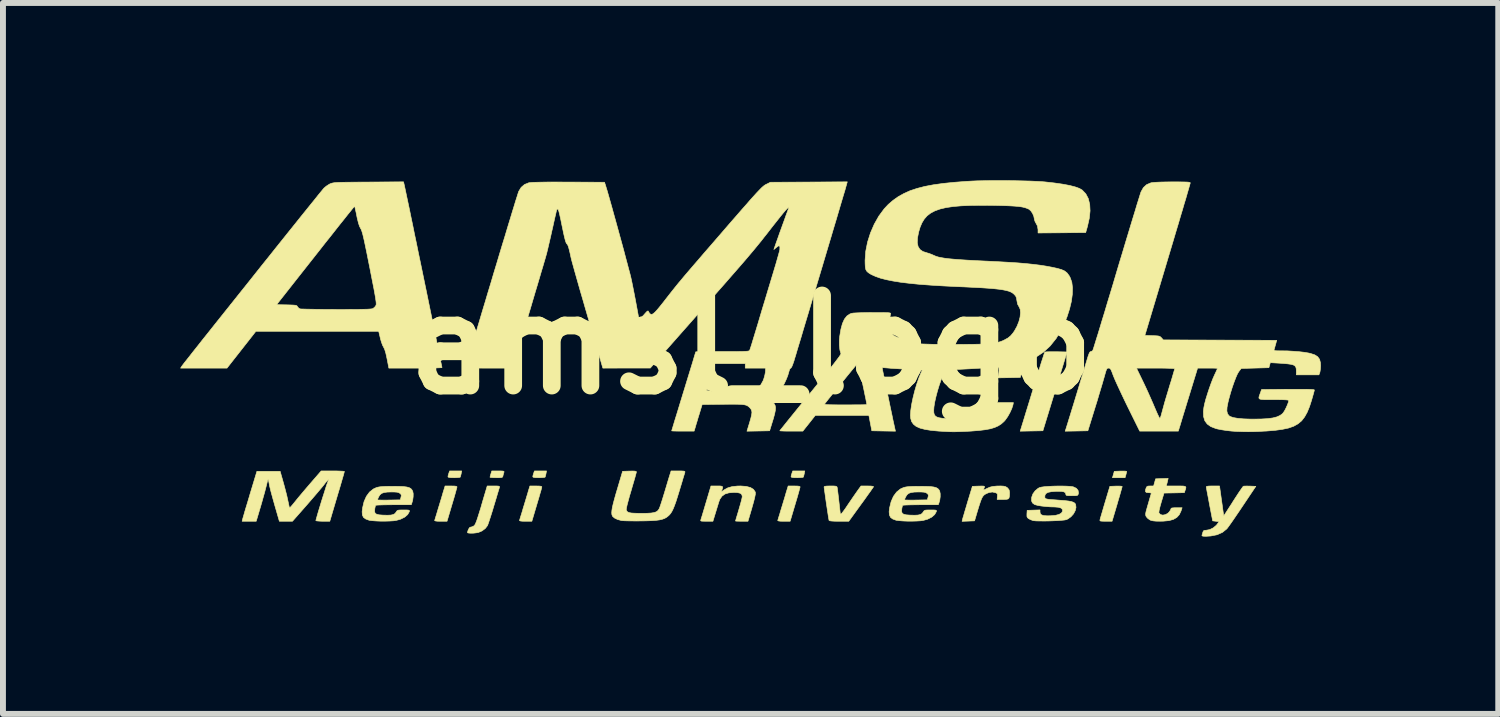
<source format=kicad_pcb>
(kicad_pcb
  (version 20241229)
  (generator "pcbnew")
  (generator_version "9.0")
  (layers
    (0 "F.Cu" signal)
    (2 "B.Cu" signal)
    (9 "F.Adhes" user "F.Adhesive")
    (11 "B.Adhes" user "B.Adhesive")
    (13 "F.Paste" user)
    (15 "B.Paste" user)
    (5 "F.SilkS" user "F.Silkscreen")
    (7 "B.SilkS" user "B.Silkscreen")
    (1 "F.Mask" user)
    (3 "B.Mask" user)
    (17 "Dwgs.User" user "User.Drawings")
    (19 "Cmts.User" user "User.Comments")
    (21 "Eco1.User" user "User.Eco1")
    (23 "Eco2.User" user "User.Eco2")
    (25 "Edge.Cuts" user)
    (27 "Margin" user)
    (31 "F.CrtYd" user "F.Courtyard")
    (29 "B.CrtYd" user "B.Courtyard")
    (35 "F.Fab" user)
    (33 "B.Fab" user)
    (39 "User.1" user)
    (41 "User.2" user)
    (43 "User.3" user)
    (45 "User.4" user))
  (footprint "amsl_logo"
    (layer "F.Cu")
    (at 9.659 2.783)
    (property "Reference" "amsl_logo" (at 0 0 0) (layer "F.SilkS") (effects (font (size 1.524 1.524) (thickness 0.3))))
    (attr through_hole)
    (fp_poly (pts (xy 6.33 2.137) (xy 6.349 2.141) (xy 6.35 2.143) (xy 6.347 2.16) (xy 6.339 2.192) (xy 6.337 2.2) (xy 6.323 2.248) (xy 6.11 2.248) (xy 6.141 2.14) (xy 6.246 2.136) (xy 6.294 2.136) (xy 6.33 2.137)) (stroke (width 0.01) (type solid)) (fill yes) (layer "F.SilkS"))
    (fp_poly (pts (xy -4.908 2.181) (xy -4.916 2.214) (xy -4.922 2.236) (xy -4.923 2.238) (xy -4.938 2.243) (xy -4.971 2.246) (xy -5.017 2.248) (xy -5.03 2.248) (xy -5.083 2.247) (xy -5.115 2.243) (xy -5.129 2.236) (xy -5.131 2.231) (xy -5.127 2.207) (xy -5.117 2.175) (xy -5.117 2.174) (xy -5.103 2.134) (xy -4.899 2.134) (xy -4.908 2.181)) (stroke (width 0.01) (type solid)) (fill yes) (layer "F.SilkS"))
    (fp_poly (pts (xy -3.473 2.181) (xy -3.48 2.214) (xy -3.487 2.236) (xy -3.488 2.238) (xy -3.503 2.243) (xy -3.536 2.246) (xy -3.582 2.248) (xy -3.595 2.248) (xy -3.648 2.247) (xy -3.68 2.243) (xy -3.694 2.236) (xy -3.696 2.231) (xy -3.692 2.207) (xy -3.682 2.175) (xy -3.682 2.174) (xy -3.668 2.134) (xy -3.464 2.134) (xy -3.473 2.181)) (stroke (width 0.01) (type solid)) (fill yes) (layer "F.SilkS"))
    (fp_poly (pts (xy 0.896 2.181) (xy 0.888 2.214) (xy 0.882 2.236) (xy 0.881 2.238) (xy 0.866 2.243) (xy 0.833 2.246) (xy 0.787 2.248) (xy 0.774 2.248) (xy 0.721 2.247) (xy 0.689 2.243) (xy 0.675 2.236) (xy 0.673 2.231) (xy 0.677 2.207) (xy 0.687 2.175) (xy 0.687 2.174) (xy 0.701 2.134) (xy 0.905 2.134) (xy 0.896 2.181)) (stroke (width 0.01) (type solid)) (fill yes) (layer "F.SilkS"))
    (fp_poly (pts (xy -4.231 2.134) (xy -4.2 2.136) (xy -4.185 2.141) (xy -4.182 2.149) (xy -4.184 2.156) (xy -4.193 2.185) (xy -4.2 2.213) (xy -4.204 2.23) (xy -4.212 2.24) (xy -4.23 2.246) (xy -4.262 2.248) (xy -4.313 2.248) (xy -4.362 2.247) (xy -4.398 2.245) (xy -4.418 2.241) (xy -4.42 2.24) (xy -4.416 2.224) (xy -4.408 2.193) (xy -4.405 2.183) (xy -4.39 2.134) (xy -4.283 2.134) (xy -4.231 2.134)) (stroke (width 0.01) (type solid)) (fill yes) (layer "F.SilkS"))
    (fp_poly (pts (xy 6.254 2.391) (xy 6.273 2.395) (xy 6.274 2.397) (xy 6.271 2.411) (xy 6.261 2.446) (xy 6.246 2.499) (xy 6.227 2.566) (xy 6.204 2.643) (xy 6.189 2.696) (xy 6.103 2.985) (xy 5.998 2.985) (xy 5.946 2.984) (xy 5.916 2.982) (xy 5.901 2.978) (xy 5.897 2.968) (xy 5.9 2.956) (xy 5.905 2.936) (xy 5.917 2.895) (xy 5.934 2.838) (xy 5.954 2.769) (xy 5.977 2.691) (xy 5.986 2.661) (xy 6.066 2.394) (xy 6.17 2.39) (xy 6.218 2.39) (xy 6.254 2.391)) (stroke (width 0.01) (type solid)) (fill yes) (layer "F.SilkS"))
    (fp_poly (pts (xy 5.131 0.117) (xy 5.158 0.117) (xy 5.342 0.121) (xy 4.933 1.454) (xy 4.549 1.461) (xy 4.572 1.388) (xy 4.58 1.361) (xy 4.595 1.313) (xy 4.616 1.245) (xy 4.641 1.162) (xy 4.671 1.065) (xy 4.704 0.958) (xy 4.739 0.843) (xy 4.775 0.724) (xy 4.811 0.606) (xy 4.845 0.496) (xy 4.877 0.396) (xy 4.904 0.307) (xy 4.928 0.234) (xy 4.946 0.177) (xy 4.959 0.139) (xy 4.965 0.124) (xy 4.965 0.123) (xy 4.98 0.12) (xy 5.016 0.118) (xy 5.068 0.117) (xy 5.131 0.117)) (stroke (width 0.01) (type solid)) (fill yes) (layer "F.SilkS"))
    (fp_poly (pts (xy -5.024 2.389) (xy -4.991 2.393) (xy -4.979 2.401) (xy -4.978 2.403) (xy -4.982 2.42) (xy -4.992 2.457) (xy -5.007 2.511) (xy -5.026 2.578) (xy -5.049 2.655) (xy -5.063 2.702) (xy -5.147 2.985) (xy -5.255 2.985) (xy -5.309 2.984) (xy -5.342 2.98) (xy -5.356 2.974) (xy -5.356 2.969) (xy -5.35 2.951) (xy -5.339 2.914) (xy -5.323 2.863) (xy -5.305 2.801) (xy -5.297 2.775) (xy -5.274 2.7) (xy -5.251 2.624) (xy -5.23 2.554) (xy -5.214 2.498) (xy -5.212 2.492) (xy -5.18 2.388) (xy -5.079 2.388) (xy -5.024 2.389)) (stroke (width 0.01) (type solid)) (fill yes) (layer "F.SilkS"))
    (fp_poly (pts (xy -3.589 2.389) (xy -3.556 2.393) (xy -3.544 2.401) (xy -3.543 2.403) (xy -3.547 2.42) (xy -3.556 2.457) (xy -3.572 2.511) (xy -3.591 2.578) (xy -3.614 2.655) (xy -3.628 2.702) (xy -3.712 2.985) (xy -3.82 2.985) (xy -3.874 2.984) (xy -3.907 2.98) (xy -3.921 2.974) (xy -3.921 2.969) (xy -3.915 2.951) (xy -3.904 2.914) (xy -3.888 2.863) (xy -3.869 2.801) (xy -3.862 2.775) (xy -3.839 2.7) (xy -3.816 2.624) (xy -3.795 2.554) (xy -3.778 2.498) (xy -3.777 2.492) (xy -3.745 2.388) (xy -3.644 2.388) (xy -3.589 2.389)) (stroke (width 0.01) (type solid)) (fill yes) (layer "F.SilkS"))
    (fp_poly (pts (xy 0.78 2.389) (xy 0.813 2.393) (xy 0.825 2.401) (xy 0.826 2.403) (xy 0.822 2.42) (xy 0.812 2.457) (xy 0.797 2.511) (xy 0.778 2.578) (xy 0.755 2.655) (xy 0.741 2.702) (xy 0.657 2.985) (xy 0.549 2.985) (xy 0.495 2.984) (xy 0.462 2.98) (xy 0.448 2.974) (xy 0.448 2.969) (xy 0.454 2.951) (xy 0.465 2.914) (xy 0.481 2.863) (xy 0.499 2.801) (xy 0.507 2.775) (xy 0.53 2.7) (xy 0.553 2.624) (xy 0.574 2.554) (xy 0.59 2.498) (xy 0.592 2.492) (xy 0.624 2.388) (xy 0.725 2.388) (xy 0.78 2.389)) (stroke (width 0.01) (type solid)) (fill yes) (layer "F.SilkS"))
    (fp_poly (pts (xy -4.308 2.388) (xy -4.277 2.39) (xy -4.262 2.395) (xy -4.258 2.404) (xy -4.26 2.41) (xy -4.265 2.428) (xy -4.277 2.467) (xy -4.294 2.522) (xy -4.314 2.591) (xy -4.338 2.67) (xy -4.355 2.726) (xy -4.38 2.81) (xy -4.405 2.889) (xy -4.427 2.957) (xy -4.445 3.011) (xy -4.458 3.047) (xy -4.463 3.059) (xy -4.5 3.107) (xy -4.555 3.148) (xy -4.616 3.174) (xy -4.655 3.181) (xy -4.699 3.186) (xy -4.743 3.187) (xy -4.778 3.185) (xy -4.798 3.18) (xy -4.801 3.177) (xy -4.795 3.149) (xy -4.782 3.118) (xy -4.767 3.094) (xy -4.756 3.086) (xy -4.732 3.081) (xy -4.706 3.071) (xy -4.694 3.064) (xy -4.682 3.053) (xy -4.67 3.035) (xy -4.658 3.008) (xy -4.643 2.969) (xy -4.625 2.915) (xy -4.603 2.845) (xy -4.575 2.755) (xy -4.547 2.657) (xy -4.467 2.388) (xy -4.36 2.388) (xy -4.308 2.388)) (stroke (width 0.01) (type solid)) (fill yes) (layer "F.SilkS"))
    (fp_poly (pts (xy 4.268 2.391) (xy 4.301 2.399) (xy 4.327 2.414) (xy 4.34 2.426) (xy 4.362 2.456) (xy 4.369 2.498) (xy 4.369 2.506) (xy 4.367 2.558) (xy 4.36 2.591) (xy 4.343 2.608) (xy 4.31 2.615) (xy 4.257 2.616) (xy 4.256 2.616) (xy 4.159 2.616) (xy 4.163 2.566) (xy 4.165 2.532) (xy 4.157 2.514) (xy 4.135 2.503) (xy 4.134 2.502) (xy 4.079 2.49) (xy 4.023 2.498) (xy 3.979 2.516) (xy 3.953 2.53) (xy 3.931 2.547) (xy 3.913 2.57) (xy 3.896 2.602) (xy 3.878 2.649) (xy 3.857 2.712) (xy 3.831 2.796) (xy 3.83 2.799) (xy 3.777 2.978) (xy 3.672 2.982) (xy 3.566 2.986) (xy 3.574 2.95) (xy 3.58 2.928) (xy 3.593 2.885) (xy 3.61 2.826) (xy 3.631 2.756) (xy 3.654 2.678) (xy 3.661 2.654) (xy 3.74 2.394) (xy 3.847 2.39) (xy 3.899 2.389) (xy 3.93 2.39) (xy 3.944 2.395) (xy 3.946 2.403) (xy 3.945 2.406) (xy 3.933 2.436) (xy 3.929 2.445) (xy 3.932 2.452) (xy 3.952 2.447) (xy 3.989 2.429) (xy 4.036 2.408) (xy 4.085 2.396) (xy 4.146 2.39) (xy 4.156 2.389) (xy 4.221 2.388) (xy 4.268 2.391)) (stroke (width 0.01) (type solid)) (fill yes) (layer "F.SilkS"))
    (fp_poly (pts (xy 2.019 2.389) (xy 2.054 2.393) (xy 2.068 2.399) (xy 2.068 2.4) (xy 2.06 2.414) (xy 2.038 2.445) (xy 2.006 2.491) (xy 1.964 2.549) (xy 1.916 2.617) (xy 1.862 2.691) (xy 1.856 2.699) (xy 1.649 2.985) (xy 1.485 2.985) (xy 1.411 2.984) (xy 1.36 2.981) (xy 1.329 2.977) (xy 1.316 2.97) (xy 1.315 2.969) (xy 1.312 2.951) (xy 1.305 2.913) (xy 1.297 2.86) (xy 1.287 2.794) (xy 1.276 2.722) (xy 1.265 2.648) (xy 1.255 2.576) (xy 1.246 2.511) (xy 1.238 2.457) (xy 1.233 2.42) (xy 1.232 2.403) (xy 1.24 2.395) (xy 1.268 2.39) (xy 1.317 2.388) (xy 1.339 2.388) (xy 1.392 2.388) (xy 1.426 2.391) (xy 1.444 2.397) (xy 1.452 2.407) (xy 1.452 2.41) (xy 1.456 2.43) (xy 1.461 2.47) (xy 1.468 2.526) (xy 1.476 2.592) (xy 1.48 2.629) (xy 1.488 2.699) (xy 1.495 2.762) (xy 1.501 2.813) (xy 1.505 2.847) (xy 1.507 2.856) (xy 1.511 2.863) (xy 1.52 2.861) (xy 1.535 2.845) (xy 1.559 2.814) (xy 1.593 2.767) (xy 1.638 2.7) (xy 1.64 2.697) (xy 1.685 2.631) (xy 1.728 2.568) (xy 1.767 2.512) (xy 1.797 2.469) (xy 1.812 2.448) (xy 1.856 2.388) (xy 1.964 2.388) (xy 2.019 2.389)) (stroke (width 0.01) (type solid)) (fill yes) (layer "F.SilkS"))
    (fp_poly (pts (xy 7.956 2.638) (xy 7.967 2.715) (xy 7.976 2.782) (xy 7.984 2.837) (xy 7.99 2.874) (xy 7.993 2.891) (xy 7.993 2.892) (xy 8 2.882) (xy 8.019 2.854) (xy 8.047 2.81) (xy 8.083 2.754) (xy 8.126 2.688) (xy 8.152 2.646) (xy 8.198 2.575) (xy 8.239 2.512) (xy 8.275 2.459) (xy 8.303 2.419) (xy 8.32 2.396) (xy 8.325 2.392) (xy 8.344 2.39) (xy 8.381 2.389) (xy 8.429 2.39) (xy 8.437 2.39) (xy 8.535 2.394) (xy 8.306 2.736) (xy 8.249 2.821) (xy 8.195 2.9) (xy 8.146 2.972) (xy 8.104 3.032) (xy 8.071 3.078) (xy 8.049 3.107) (xy 8.042 3.115) (xy 7.97 3.173) (xy 7.88 3.213) (xy 7.774 3.234) (xy 7.694 3.239) (xy 7.652 3.238) (xy 7.63 3.234) (xy 7.623 3.226) (xy 7.625 3.218) (xy 7.634 3.19) (xy 7.64 3.167) (xy 7.651 3.146) (xy 7.672 3.138) (xy 7.694 3.137) (xy 7.755 3.126) (xy 7.816 3.096) (xy 7.867 3.053) (xy 7.879 3.038) (xy 7.913 2.991) (xy 7.805 2.978) (xy 7.751 2.699) (xy 7.736 2.617) (xy 7.722 2.543) (xy 7.71 2.482) (xy 7.702 2.435) (xy 7.697 2.408) (xy 7.697 2.403) (xy 7.705 2.395) (xy 7.73 2.39) (xy 7.777 2.388) (xy 7.809 2.388) (xy 7.921 2.388) (xy 7.956 2.638)) (stroke (width 0.01) (type solid)) (fill yes) (layer "F.SilkS"))
    (fp_poly (pts (xy -0.528 2.388) (xy -0.497 2.393) (xy -0.484 2.405) (xy -0.487 2.429) (xy -0.501 2.466) (xy -0.502 2.468) (xy -0.503 2.479) (xy -0.491 2.476) (xy -0.463 2.457) (xy -0.458 2.453) (xy -0.398 2.42) (xy -0.325 2.399) (xy -0.234 2.389) (xy -0.18 2.388) (xy -0.087 2.395) (xy -0.014 2.414) (xy 0.037 2.445) (xy 0.066 2.487) (xy 0.069 2.498) (xy 0.069 2.526) (xy 0.059 2.577) (xy 0.041 2.651) (xy 0.013 2.749) (xy 0.011 2.758) (xy -0.056 2.985) (xy -0.161 2.985) (xy -0.209 2.984) (xy -0.246 2.983) (xy -0.265 2.981) (xy -0.267 2.98) (xy -0.263 2.967) (xy -0.254 2.934) (xy -0.239 2.885) (xy -0.221 2.825) (xy -0.21 2.787) (xy -0.19 2.718) (xy -0.173 2.657) (xy -0.16 2.606) (xy -0.153 2.572) (xy -0.153 2.563) (xy -0.161 2.532) (xy -0.186 2.511) (xy -0.232 2.5) (xy -0.292 2.497) (xy -0.379 2.504) (xy -0.446 2.524) (xy -0.496 2.561) (xy -0.533 2.615) (xy -0.55 2.661) (xy -0.562 2.701) (xy -0.579 2.756) (xy -0.598 2.818) (xy -0.609 2.854) (xy -0.649 2.985) (xy -0.756 2.985) (xy -0.808 2.984) (xy -0.839 2.983) (xy -0.854 2.978) (xy -0.856 2.969) (xy -0.852 2.956) (xy -0.846 2.936) (xy -0.833 2.895) (xy -0.816 2.838) (xy -0.795 2.768) (xy -0.772 2.69) (xy -0.762 2.657) (xy -0.682 2.388) (xy -0.581 2.388) (xy -0.528 2.388)) (stroke (width 0.01) (type solid)) (fill yes) (layer "F.SilkS"))
    (fp_poly (pts (xy 7.044 2.295) (xy 7.035 2.333) (xy 7.028 2.359) (xy 7.02 2.388) (xy 7.187 2.388) (xy 7.257 2.388) (xy 7.306 2.389) (xy 7.335 2.394) (xy 7.35 2.404) (xy 7.352 2.419) (xy 7.346 2.443) (xy 7.339 2.462) (xy 7.326 2.501) (xy 7.154 2.505) (xy 6.982 2.508) (xy 6.934 2.667) (xy 6.912 2.746) (xy 6.899 2.803) (xy 6.895 2.837) (xy 6.898 2.847) (xy 6.923 2.872) (xy 6.961 2.881) (xy 7.004 2.873) (xy 7.046 2.851) (xy 7.067 2.83) (xy 7.088 2.801) (xy 7.099 2.778) (xy 7.099 2.774) (xy 7.105 2.764) (xy 7.126 2.759) (xy 7.165 2.756) (xy 7.194 2.756) (xy 7.288 2.756) (xy 7.269 2.813) (xy 7.24 2.874) (xy 7.198 2.92) (xy 7.141 2.953) (xy 7.066 2.974) (xy 6.97 2.983) (xy 6.916 2.984) (xy 6.847 2.983) (xy 6.797 2.978) (xy 6.761 2.97) (xy 6.744 2.962) (xy 6.709 2.938) (xy 6.683 2.909) (xy 6.681 2.906) (xy 6.674 2.891) (xy 6.671 2.873) (xy 6.672 2.85) (xy 6.679 2.816) (xy 6.693 2.766) (xy 6.711 2.703) (xy 6.729 2.641) (xy 6.745 2.586) (xy 6.757 2.544) (xy 6.765 2.521) (xy 6.766 2.518) (xy 6.762 2.507) (xy 6.737 2.502) (xy 6.72 2.502) (xy 6.684 2.498) (xy 6.668 2.483) (xy 6.669 2.454) (xy 6.68 2.42) (xy 6.691 2.4) (xy 6.71 2.39) (xy 6.745 2.388) (xy 6.749 2.388) (xy 6.806 2.388) (xy 6.823 2.327) (xy 6.84 2.267) (xy 6.946 2.263) (xy 7.052 2.26) (xy 7.044 2.295)) (stroke (width 0.01) (type solid)) (fill yes) (layer "F.SilkS"))
    (fp_poly (pts (xy -1.18 2.134) (xy -1.146 2.136) (xy -1.127 2.14) (xy -1.122 2.147) (xy -1.123 2.156) (xy -1.128 2.174) (xy -1.14 2.213) (xy -1.157 2.268) (xy -1.177 2.337) (xy -1.201 2.415) (xy -1.213 2.456) (xy -1.247 2.566) (xy -1.275 2.654) (xy -1.3 2.723) (xy -1.322 2.777) (xy -1.343 2.819) (xy -1.364 2.852) (xy -1.386 2.878) (xy -1.402 2.893) (xy -1.433 2.918) (xy -1.467 2.937) (xy -1.506 2.951) (xy -1.554 2.962) (xy -1.615 2.97) (xy -1.692 2.975) (xy -1.788 2.978) (xy -1.861 2.979) (xy -1.946 2.98) (xy -2.027 2.979) (xy -2.098 2.978) (xy -2.154 2.976) (xy -2.191 2.973) (xy -2.198 2.972) (xy -2.262 2.955) (xy -2.312 2.931) (xy -2.345 2.903) (xy -2.349 2.896) (xy -2.358 2.873) (xy -2.361 2.842) (xy -2.358 2.802) (xy -2.35 2.75) (xy -2.334 2.682) (xy -2.311 2.596) (xy -2.281 2.49) (xy -2.269 2.451) (xy -2.177 2.14) (xy -2.06 2.136) (xy -2.003 2.135) (xy -1.967 2.137) (xy -1.948 2.142) (xy -1.943 2.15) (xy -1.943 2.15) (xy -1.947 2.167) (xy -1.957 2.204) (xy -1.972 2.259) (xy -1.992 2.327) (xy -2.015 2.405) (xy -2.032 2.465) (xy -2.059 2.555) (xy -2.081 2.636) (xy -2.099 2.703) (xy -2.11 2.753) (xy -2.115 2.784) (xy -2.115 2.79) (xy -2.106 2.812) (xy -2.091 2.828) (xy -2.065 2.839) (xy -2.025 2.846) (xy -1.968 2.849) (xy -1.891 2.851) (xy -1.854 2.851) (xy -1.764 2.85) (xy -1.696 2.846) (xy -1.645 2.838) (xy -1.609 2.826) (xy -1.583 2.808) (xy -1.564 2.783) (xy -1.557 2.771) (xy -1.548 2.749) (xy -1.533 2.706) (xy -1.514 2.648) (xy -1.492 2.577) (xy -1.468 2.499) (xy -1.461 2.476) (xy -1.437 2.396) (xy -1.415 2.322) (xy -1.396 2.259) (xy -1.381 2.21) (xy -1.371 2.179) (xy -1.37 2.175) (xy -1.357 2.134) (xy -1.236 2.134) (xy -1.18 2.134)) (stroke (width 0.01) (type solid)) (fill yes) (layer "F.SilkS"))
    (fp_poly (pts (xy -5.961 2.395) (xy -5.885 2.398) (xy -5.829 2.405) (xy -5.788 2.416) (xy -5.759 2.432) (xy -5.74 2.454) (xy -5.727 2.478) (xy -5.719 2.518) (xy -5.72 2.571) (xy -5.728 2.629) (xy -5.741 2.674) (xy -5.752 2.705) (xy -6.05 2.705) (xy -6.135 2.706) (xy -6.211 2.707) (xy -6.274 2.709) (xy -6.321 2.711) (xy -6.349 2.714) (xy -6.355 2.716) (xy -6.361 2.734) (xy -6.368 2.767) (xy -6.369 2.776) (xy -6.372 2.818) (xy -6.364 2.847) (xy -6.34 2.865) (xy -6.297 2.876) (xy -6.233 2.881) (xy -6.23 2.881) (xy -6.152 2.883) (xy -6.096 2.88) (xy -6.056 2.871) (xy -6.028 2.855) (xy -6.01 2.832) (xy -6.009 2.831) (xy -5.998 2.813) (xy -5.985 2.802) (xy -5.964 2.796) (xy -5.929 2.794) (xy -5.882 2.794) (xy -5.831 2.794) (xy -5.8 2.796) (xy -5.786 2.801) (xy -5.782 2.81) (xy -5.785 2.823) (xy -5.813 2.872) (xy -5.863 2.915) (xy -5.933 2.95) (xy -6.005 2.97) (xy -6.052 2.977) (xy -6.117 2.981) (xy -6.192 2.983) (xy -6.271 2.983) (xy -6.346 2.98) (xy -6.411 2.975) (xy -6.459 2.969) (xy -6.467 2.967) (xy -6.523 2.946) (xy -6.56 2.919) (xy -6.579 2.879) (xy -6.583 2.824) (xy -6.576 2.761) (xy -6.551 2.654) (xy -6.537 2.622) (xy -6.325 2.622) (xy -6.313 2.625) (xy -6.28 2.626) (xy -6.23 2.627) (xy -6.168 2.627) (xy -6.131 2.626) (xy -5.938 2.623) (xy -5.926 2.579) (xy -5.92 2.548) (xy -5.927 2.528) (xy -5.943 2.513) (xy -5.963 2.501) (xy -5.991 2.493) (xy -6.033 2.49) (xy -6.083 2.489) (xy -6.158 2.491) (xy -6.213 2.499) (xy -6.252 2.513) (xy -6.28 2.536) (xy -6.3 2.566) (xy -6.315 2.598) (xy -6.324 2.619) (xy -6.325 2.622) (xy -6.537 2.622) (xy -6.511 2.563) (xy -6.458 2.491) (xy -6.393 2.439) (xy -6.346 2.417) (xy -6.316 2.408) (xy -6.282 2.402) (xy -6.238 2.398) (xy -6.181 2.395) (xy -6.106 2.394) (xy -6.058 2.394) (xy -5.961 2.395)) (stroke (width 0.01) (type solid)) (fill yes) (layer "F.SilkS"))
    (fp_poly (pts (xy 2.955 2.395) (xy 3.03 2.398) (xy 3.086 2.405) (xy 3.127 2.416) (xy 3.156 2.432) (xy 3.176 2.454) (xy 3.188 2.478) (xy 3.196 2.518) (xy 3.196 2.571) (xy 3.188 2.629) (xy 3.175 2.674) (xy 3.163 2.705) (xy 2.865 2.705) (xy 2.78 2.706) (xy 2.705 2.707) (xy 2.641 2.709) (xy 2.594 2.711) (xy 2.566 2.714) (xy 2.56 2.716) (xy 2.554 2.734) (xy 2.547 2.767) (xy 2.546 2.776) (xy 2.543 2.818) (xy 2.552 2.847) (xy 2.576 2.865) (xy 2.618 2.876) (xy 2.682 2.881) (xy 2.686 2.881) (xy 2.763 2.883) (xy 2.82 2.88) (xy 2.86 2.871) (xy 2.887 2.855) (xy 2.906 2.832) (xy 2.906 2.831) (xy 2.918 2.813) (xy 2.931 2.802) (xy 2.951 2.796) (xy 2.986 2.794) (xy 3.033 2.794) (xy 3.084 2.794) (xy 3.115 2.796) (xy 3.13 2.801) (xy 3.133 2.81) (xy 3.13 2.823) (xy 3.102 2.872) (xy 3.052 2.915) (xy 2.983 2.95) (xy 2.911 2.97) (xy 2.863 2.977) (xy 2.798 2.981) (xy 2.723 2.983) (xy 2.645 2.983) (xy 2.569 2.98) (xy 2.505 2.975) (xy 2.456 2.969) (xy 2.448 2.967) (xy 2.392 2.946) (xy 2.356 2.919) (xy 2.337 2.879) (xy 2.332 2.824) (xy 2.339 2.761) (xy 2.365 2.654) (xy 2.379 2.622) (xy 2.591 2.622) (xy 2.603 2.625) (xy 2.636 2.626) (xy 2.685 2.627) (xy 2.747 2.627) (xy 2.784 2.626) (xy 2.977 2.623) (xy 2.99 2.579) (xy 2.996 2.548) (xy 2.989 2.528) (xy 2.973 2.513) (xy 2.953 2.501) (xy 2.924 2.493) (xy 2.882 2.49) (xy 2.833 2.489) (xy 2.757 2.491) (xy 2.702 2.499) (xy 2.663 2.513) (xy 2.635 2.536) (xy 2.616 2.566) (xy 2.6 2.598) (xy 2.592 2.619) (xy 2.591 2.622) (xy 2.379 2.622) (xy 2.405 2.563) (xy 2.458 2.491) (xy 2.522 2.439) (xy 2.57 2.417) (xy 2.599 2.408) (xy 2.634 2.402) (xy 2.677 2.398) (xy 2.734 2.395) (xy 2.81 2.394) (xy 2.857 2.394) (xy 2.955 2.395)) (stroke (width 0.01) (type solid)) (fill yes) (layer "F.SilkS"))
    (fp_poly (pts (xy -7.012 2.134) (xy -6.955 2.136) (xy -6.912 2.138) (xy -6.887 2.141) (xy -6.883 2.143) (xy -6.887 2.157) (xy -6.896 2.193) (xy -6.912 2.247) (xy -6.932 2.316) (xy -6.956 2.399) (xy -6.984 2.492) (xy -7.007 2.569) (xy -7.13 2.985) (xy -7.248 2.985) (xy -7.299 2.983) (xy -7.339 2.98) (xy -7.362 2.976) (xy -7.366 2.974) (xy -7.362 2.957) (xy -7.352 2.921) (xy -7.337 2.868) (xy -7.318 2.803) (xy -7.296 2.731) (xy -7.273 2.655) (xy -7.249 2.578) (xy -7.226 2.507) (xy -7.206 2.443) (xy -7.19 2.392) (xy -7.178 2.357) (xy -7.175 2.351) (xy -7.162 2.314) (xy -7.154 2.287) (xy -7.153 2.279) (xy -7.162 2.286) (xy -7.183 2.31) (xy -7.212 2.345) (xy -7.231 2.37) (xy -7.259 2.405) (xy -7.302 2.456) (xy -7.355 2.519) (xy -7.415 2.589) (xy -7.479 2.663) (xy -7.533 2.725) (xy -7.762 2.985) (xy -7.983 2.985) (xy -8.061 2.715) (xy -8.085 2.63) (xy -8.108 2.547) (xy -8.128 2.473) (xy -8.143 2.411) (xy -8.153 2.367) (xy -8.154 2.358) (xy -8.162 2.316) (xy -8.169 2.287) (xy -8.174 2.277) (xy -8.174 2.277) (xy -8.18 2.291) (xy -8.189 2.324) (xy -8.2 2.37) (xy -8.205 2.389) (xy -8.217 2.436) (xy -8.234 2.501) (xy -8.256 2.578) (xy -8.279 2.661) (xy -8.302 2.74) (xy -8.375 2.985) (xy -8.613 2.985) (xy -8.605 2.95) (xy -8.599 2.929) (xy -8.587 2.888) (xy -8.57 2.828) (xy -8.548 2.754) (xy -8.522 2.669) (xy -8.494 2.575) (xy -8.48 2.527) (xy -8.363 2.14) (xy -7.97 2.14) (xy -7.916 2.33) (xy -7.895 2.406) (xy -7.875 2.483) (xy -7.857 2.553) (xy -7.845 2.609) (xy -7.842 2.623) (xy -7.831 2.673) (xy -7.822 2.716) (xy -7.816 2.743) (xy -7.815 2.747) (xy -7.808 2.753) (xy -7.794 2.744) (xy -7.77 2.717) (xy -7.737 2.677) (xy -7.707 2.64) (xy -7.665 2.588) (xy -7.612 2.525) (xy -7.554 2.456) (xy -7.493 2.385) (xy -7.471 2.359) (xy -7.276 2.134) (xy -7.079 2.134) (xy -7.012 2.134)) (stroke (width 0.01) (type solid)) (fill yes) (layer "F.SilkS"))
    (fp_poly (pts (xy 5.336 2.391) (xy 5.396 2.395) (xy 5.44 2.401) (xy 5.448 2.403) (xy 5.499 2.427) (xy 5.528 2.462) (xy 5.535 2.505) (xy 5.533 2.519) (xy 5.527 2.536) (xy 5.518 2.546) (xy 5.499 2.551) (xy 5.464 2.553) (xy 5.423 2.553) (xy 5.372 2.552) (xy 5.342 2.55) (xy 5.327 2.544) (xy 5.322 2.534) (xy 5.321 2.528) (xy 5.314 2.504) (xy 5.291 2.488) (xy 5.249 2.48) (xy 5.186 2.478) (xy 5.15 2.479) (xy 5.074 2.485) (xy 5.02 2.496) (xy 4.986 2.515) (xy 4.969 2.541) (xy 4.966 2.565) (xy 4.966 2.582) (xy 4.97 2.594) (xy 4.981 2.603) (xy 5.002 2.609) (xy 5.036 2.615) (xy 5.087 2.619) (xy 5.158 2.624) (xy 5.207 2.628) (xy 5.299 2.635) (xy 5.368 2.643) (xy 5.419 2.653) (xy 5.453 2.665) (xy 5.475 2.681) (xy 5.487 2.701) (xy 5.493 2.751) (xy 5.48 2.805) (xy 5.451 2.86) (xy 5.408 2.908) (xy 5.357 2.945) (xy 5.328 2.958) (xy 5.297 2.964) (xy 5.247 2.969) (xy 5.181 2.974) (xy 5.107 2.977) (xy 5.028 2.98) (xy 4.95 2.981) (xy 4.879 2.98) (xy 4.82 2.979) (xy 4.778 2.975) (xy 4.766 2.973) (xy 4.725 2.958) (xy 4.692 2.941) (xy 4.672 2.924) (xy 4.663 2.903) (xy 4.663 2.868) (xy 4.663 2.86) (xy 4.667 2.8) (xy 4.884 2.793) (xy 4.884 2.828) (xy 4.889 2.857) (xy 4.91 2.877) (xy 4.947 2.889) (xy 5.005 2.893) (xy 5.061 2.892) (xy 5.145 2.885) (xy 5.207 2.869) (xy 5.246 2.846) (xy 5.265 2.817) (xy 5.264 2.785) (xy 5.241 2.762) (xy 5.195 2.748) (xy 5.133 2.743) (xy 5.057 2.741) (xy 4.98 2.735) (xy 4.908 2.727) (xy 4.847 2.717) (xy 4.803 2.705) (xy 4.79 2.7) (xy 4.757 2.675) (xy 4.741 2.64) (xy 4.742 2.59) (xy 4.744 2.577) (xy 4.764 2.522) (xy 4.802 2.47) (xy 4.852 2.428) (xy 4.877 2.415) (xy 4.909 2.407) (xy 4.961 2.4) (xy 5.028 2.395) (xy 5.104 2.391) (xy 5.184 2.389) (xy 5.263 2.389) (xy 5.336 2.391)) (stroke (width 0.01) (type solid)) (fill yes) (layer "F.SilkS"))
    (fp_poly (pts (xy -5.87 -2.703) (xy -5.866 -2.684) (xy -5.857 -2.642) (xy -5.844 -2.58) (xy -5.827 -2.499) (xy -5.806 -2.4) (xy -5.782 -2.287) (xy -5.756 -2.159) (xy -5.727 -2.021) (xy -5.697 -1.872) (xy -5.664 -1.716) (xy -5.631 -1.553) (xy -5.596 -1.386) (xy -5.561 -1.217) (xy -5.526 -1.047) (xy -5.491 -0.878) (xy -5.457 -0.712) (xy -5.424 -0.551) (xy -5.392 -0.397) (xy -5.362 -0.252) (xy -5.334 -0.116) (xy -5.309 0.007) (xy -5.287 0.115) (xy -5.268 0.208) (xy -5.253 0.284) (xy -5.241 0.34) (xy -5.234 0.374) (xy -5.232 0.385) (xy -5.245 0.387) (xy -5.279 0.389) (xy -5.334 0.391) (xy -5.405 0.392) (xy -5.49 0.393) (xy -5.587 0.394) (xy -5.682 0.394) (xy -6.131 0.394) (xy -6.161 0.239) (xy -6.181 0.147) (xy -6.201 0.08) (xy -6.22 0.04) (xy -6.237 0.008) (xy -6.255 -0.041) (xy -6.272 -0.097) (xy -6.276 -0.116) (xy -6.303 -0.229) (xy -8.38 -0.229) (xy -8.869 0.394) (xy -9.654 0.394) (xy -9.631 0.358) (xy -9.619 0.342) (xy -9.593 0.307) (xy -9.552 0.256) (xy -9.499 0.189) (xy -9.435 0.107) (xy -9.36 0.013) (xy -9.276 -0.094) (xy -9.183 -0.21) (xy -9.083 -0.336) (xy -8.977 -0.469) (xy -8.866 -0.608) (xy -8.809 -0.679) (xy -8.03 -0.679) (xy -7.86 -0.676) (xy -7.791 -0.674) (xy -7.743 -0.672) (xy -7.712 -0.669) (xy -7.693 -0.664) (xy -7.683 -0.656) (xy -7.677 -0.645) (xy -7.655 -0.62) (xy -7.633 -0.608) (xy -7.614 -0.606) (xy -7.572 -0.605) (xy -7.51 -0.603) (xy -7.431 -0.602) (xy -7.338 -0.6) (xy -7.232 -0.599) (xy -7.117 -0.599) (xy -7.017 -0.598) (xy -6.87 -0.598) (xy -6.747 -0.599) (xy -6.645 -0.599) (xy -6.564 -0.601) (xy -6.501 -0.602) (xy -6.455 -0.605) (xy -6.423 -0.608) (xy -6.405 -0.612) (xy -6.401 -0.613) (xy -6.371 -0.637) (xy -6.352 -0.662) (xy -6.348 -0.671) (xy -6.345 -0.683) (xy -6.345 -0.701) (xy -6.347 -0.727) (xy -6.352 -0.762) (xy -6.359 -0.81) (xy -6.37 -0.871) (xy -6.384 -0.949) (xy -6.403 -1.045) (xy -6.426 -1.162) (xy -6.453 -1.301) (xy -6.454 -1.306) (xy -6.483 -1.45) (xy -6.507 -1.571) (xy -6.528 -1.671) (xy -6.545 -1.753) (xy -6.56 -1.818) (xy -6.572 -1.868) (xy -6.583 -1.906) (xy -6.592 -1.934) (xy -6.6 -1.954) (xy -6.607 -1.965) (xy -6.627 -2.004) (xy -6.646 -2.062) (xy -6.666 -2.143) (xy -6.673 -2.177) (xy -6.685 -2.238) (xy -6.697 -2.29) (xy -6.705 -2.327) (xy -6.71 -2.345) (xy -6.71 -2.346) (xy -6.718 -2.336) (xy -6.741 -2.309) (xy -6.777 -2.264) (xy -6.826 -2.204) (xy -6.885 -2.129) (xy -6.955 -2.042) (xy -7.033 -1.943) (xy -7.118 -1.835) (xy -7.211 -1.719) (xy -7.308 -1.595) (xy -7.372 -1.514) (xy -8.03 -0.679) (xy -8.809 -0.679) (xy -8.751 -0.752) (xy -8.633 -0.9) (xy -8.513 -1.05) (xy -8.393 -1.201) (xy -8.273 -1.352) (xy -8.154 -1.5) (xy -8.038 -1.646) (xy -7.925 -1.787) (xy -7.817 -1.922) (xy -7.714 -2.05) (xy -7.619 -2.169) (xy -7.531 -2.278) (xy -7.452 -2.376) (xy -7.383 -2.461) (xy -7.326 -2.533) (xy -7.28 -2.589) (xy -7.248 -2.628) (xy -7.23 -2.649) (xy -7.227 -2.652) (xy -7.188 -2.685) (xy -7.141 -2.715) (xy -7.126 -2.723) (xy -7.111 -2.729) (xy -7.096 -2.734) (xy -7.078 -2.738) (xy -7.054 -2.742) (xy -7.023 -2.745) (xy -6.981 -2.747) (xy -6.926 -2.749) (xy -6.857 -2.75) (xy -6.77 -2.751) (xy -6.664 -2.752) (xy -6.535 -2.753) (xy -6.475 -2.753) (xy -5.883 -2.757) (xy -5.87 -2.703)) (stroke (width 0.01) (type solid)) (fill yes) (layer "F.SilkS"))
    (fp_poly (pts (xy 7.227 -2.756) (xy 7.299 -2.755) (xy 7.352 -2.754) (xy 7.388 -2.752) (xy 7.41 -2.749) (xy 7.422 -2.745) (xy 7.426 -2.74) (xy 7.425 -2.734) (xy 7.419 -2.713) (xy 7.408 -2.674) (xy 7.393 -2.621) (xy 7.375 -2.561) (xy 7.373 -2.553) (xy 7.363 -2.517) (xy 7.346 -2.459) (xy 7.322 -2.381) (xy 7.294 -2.284) (xy 7.26 -2.172) (xy 7.223 -2.045) (xy 7.181 -1.906) (xy 7.137 -1.757) (xy 7.09 -1.6) (xy 7.041 -1.437) (xy 6.993 -1.276) (xy 6.658 -0.159) (xy 6.785 -0.155) (xy 6.843 -0.153) (xy 6.881 -0.15) (xy 6.906 -0.144) (xy 6.923 -0.134) (xy 6.938 -0.119) (xy 6.94 -0.117) (xy 6.97 -0.083) (xy 8.888 -0.076) (xy 8.872 -0.016) (xy 8.86 0.026) (xy 8.85 0.063) (xy 8.847 0.073) (xy 8.843 0.086) (xy 8.846 0.094) (xy 8.859 0.099) (xy 8.886 0.101) (xy 8.932 0.102) (xy 8.975 0.102) (xy 9.069 0.103) (xy 9.167 0.109) (xy 9.263 0.116) (xy 9.35 0.126) (xy 9.423 0.138) (xy 9.459 0.146) (xy 9.532 0.17) (xy 9.582 0.202) (xy 9.613 0.245) (xy 9.628 0.302) (xy 9.631 0.354) (xy 9.628 0.404) (xy 9.622 0.448) (xy 9.616 0.473) (xy 9.602 0.508) (xy 9.22 0.508) (xy 9.22 0.445) (xy 9.219 0.407) (xy 9.212 0.379) (xy 9.197 0.357) (xy 9.171 0.341) (xy 9.131 0.33) (xy 9.074 0.322) (xy 8.996 0.315) (xy 8.921 0.31) (xy 8.78 0.302) (xy 8.768 0.345) (xy 8.756 0.387) (xy 8.288 0.4) (xy 8.246 0.455) (xy 8.224 0.492) (xy 8.198 0.551) (xy 8.169 0.626) (xy 8.138 0.714) (xy 8.108 0.81) (xy 8.08 0.911) (xy 8.064 0.975) (xy 8.048 1.057) (xy 8.045 1.119) (xy 8.056 1.166) (xy 8.081 1.199) (xy 8.102 1.213) (xy 8.154 1.231) (xy 8.23 1.244) (xy 8.33 1.253) (xy 8.453 1.257) (xy 8.499 1.257) (xy 8.629 1.255) (xy 8.736 1.249) (xy 8.823 1.237) (xy 8.892 1.219) (xy 8.945 1.195) (xy 8.986 1.165) (xy 9.005 1.141) (xy 9.025 1.109) (xy 9.047 1.066) (xy 9.068 1.019) (xy 9.084 0.977) (xy 9.092 0.947) (xy 9.093 0.943) (xy 9.087 0.937) (xy 9.068 0.933) (xy 9.032 0.93) (xy 8.978 0.928) (xy 8.902 0.927) (xy 8.839 0.927) (xy 8.75 0.927) (xy 8.683 0.927) (xy 8.636 0.924) (xy 8.606 0.919) (xy 8.591 0.909) (xy 8.587 0.893) (xy 8.592 0.869) (xy 8.603 0.838) (xy 8.61 0.819) (xy 8.632 0.756) (xy 9.078 0.752) (xy 9.204 0.752) (xy 9.307 0.752) (xy 9.387 0.752) (xy 9.447 0.754) (xy 9.489 0.756) (xy 9.514 0.759) (xy 9.525 0.763) (xy 9.525 0.764) (xy 9.522 0.781) (xy 9.512 0.818) (xy 9.498 0.868) (xy 9.481 0.927) (xy 9.48 0.932) (xy 9.443 1.046) (xy 9.404 1.141) (xy 9.36 1.22) (xy 9.31 1.285) (xy 9.249 1.336) (xy 9.176 1.377) (xy 9.088 1.408) (xy 8.983 1.43) (xy 8.859 1.447) (xy 8.712 1.459) (xy 8.68 1.46) (xy 8.576 1.466) (xy 8.489 1.469) (xy 8.41 1.47) (xy 8.33 1.469) (xy 8.241 1.466) (xy 8.204 1.465) (xy 8.121 1.459) (xy 8.034 1.449) (xy 7.95 1.436) (xy 7.88 1.422) (xy 7.855 1.415) (xy 7.773 1.383) (xy 7.713 1.34) (xy 7.672 1.284) (xy 7.651 1.213) (xy 7.648 1.126) (xy 7.656 1.061) (xy 7.668 1.001) (xy 7.688 0.924) (xy 7.715 0.837) (xy 7.745 0.745) (xy 7.777 0.655) (xy 7.809 0.572) (xy 7.837 0.509) (xy 7.859 0.462) (xy 7.876 0.425) (xy 7.885 0.402) (xy 7.887 0.398) (xy 7.875 0.397) (xy 7.842 0.395) (xy 7.793 0.394) (xy 7.733 0.394) (xy 7.718 0.394) (xy 7.55 0.394) (xy 7.405 0.867) (xy 7.372 0.974) (xy 7.341 1.076) (xy 7.312 1.17) (xy 7.287 1.252) (xy 7.267 1.319) (xy 7.252 1.369) (xy 7.243 1.398) (xy 7.242 1.4) (xy 7.224 1.46) (xy 6.571 1.46) (xy 6.366 1.045) (xy 6.317 0.944) (xy 6.27 0.845) (xy 6.226 0.751) (xy 6.187 0.667) (xy 6.155 0.596) (xy 6.132 0.541) (xy 6.12 0.511) (xy 6.1 0.457) (xy 6.085 0.423) (xy 6.072 0.403) (xy 6.059 0.395) (xy 6.045 0.394) (xy 6.516 0.394) (xy 6.625 0.619) (xy 6.667 0.707) (xy 6.712 0.805) (xy 6.756 0.904) (xy 6.796 0.995) (xy 6.817 1.045) (xy 6.845 1.11) (xy 6.87 1.167) (xy 6.891 1.211) (xy 6.905 1.238) (xy 6.91 1.245) (xy 6.919 1.234) (xy 6.93 1.206) (xy 6.934 1.191) (xy 6.954 1.118) (xy 6.973 1.048) (xy 6.993 0.975) (xy 7.017 0.894) (xy 7.045 0.801) (xy 7.079 0.688) (xy 7.079 0.687) (xy 7.104 0.608) (xy 7.125 0.537) (xy 7.142 0.478) (xy 7.155 0.434) (xy 7.162 0.409) (xy 7.163 0.404) (xy 7.151 0.402) (xy 7.116 0.399) (xy 7.064 0.397) (xy 6.996 0.395) (xy 6.916 0.394) (xy 6.84 0.394) (xy 6.516 0.394) (xy 6.045 0.394) (xy 6.03 0.395) (xy 6.019 0.402) (xy 6.009 0.418) (xy 5.998 0.448) (xy 5.984 0.496) (xy 5.971 0.543) (xy 5.956 0.594) (xy 5.936 0.664) (xy 5.91 0.75) (xy 5.881 0.846) (xy 5.851 0.948) (xy 5.819 1.05) (xy 5.812 1.073) (xy 5.694 1.454) (xy 5.502 1.458) (xy 5.31 1.461) (xy 5.328 1.407) (xy 5.336 1.38) (xy 5.351 1.333) (xy 5.371 1.267) (xy 5.396 1.187) (xy 5.424 1.095) (xy 5.455 0.995) (xy 5.487 0.889) (xy 5.52 0.781) (xy 5.552 0.674) (xy 5.583 0.572) (xy 5.612 0.477) (xy 5.638 0.392) (xy 5.659 0.321) (xy 5.675 0.268) (xy 5.678 0.257) (xy 5.698 0.192) (xy 5.714 0.149) (xy 5.727 0.124) (xy 5.739 0.115) (xy 5.742 0.114) (xy 5.768 0.105) (xy 5.775 0.098) (xy 5.781 0.084) (xy 5.793 0.048) (xy 5.811 -0.01) (xy 5.835 -0.088) (xy 5.865 -0.183) (xy 5.899 -0.295) (xy 5.937 -0.422) (xy 5.98 -0.561) (xy 6.025 -0.713) (xy 6.074 -0.874) (xy 6.125 -1.043) (xy 6.177 -1.219) (xy 6.23 -1.397) (xy 6.282 -1.568) (xy 6.331 -1.732) (xy 6.378 -1.887) (xy 6.421 -2.03) (xy 6.461 -2.161) (xy 6.497 -2.278) (xy 6.527 -2.379) (xy 6.553 -2.462) (xy 6.573 -2.526) (xy 6.586 -2.568) (xy 6.593 -2.588) (xy 6.633 -2.659) (xy 6.687 -2.709) (xy 6.757 -2.739) (xy 6.769 -2.742) (xy 6.801 -2.746) (xy 6.855 -2.75) (xy 6.926 -2.753) (xy 7.009 -2.755) (xy 7.1 -2.756) (xy 7.133 -2.756) (xy 7.227 -2.756)) (stroke (width 0.01) (type solid)) (fill yes) (layer "F.SilkS"))
    (fp_poly (pts (xy 1.598 -2.664) (xy 1.592 -2.642) (xy 1.579 -2.597) (xy 1.559 -2.532) (xy 1.534 -2.448) (xy 1.504 -2.347) (xy 1.47 -2.231) (xy 1.432 -2.102) (xy 1.39 -1.963) (xy 1.346 -1.814) (xy 1.299 -1.657) (xy 1.251 -1.496) (xy 1.202 -1.331) (xy 1.152 -1.164) (xy 1.102 -0.997) (xy 1.053 -0.833) (xy 1.005 -0.672) (xy 0.959 -0.518) (xy 0.915 -0.372) (xy 0.874 -0.235) (xy 0.837 -0.109) (xy 0.803 0.002) (xy 0.774 0.098) (xy 0.751 0.177) (xy 0.732 0.237) (xy 0.723 0.27) (xy 0.702 0.33) (xy 0.685 0.372) (xy 0.671 0.392) (xy 0.667 0.394) (xy 0.654 0.406) (xy 0.641 0.438) (xy 0.635 0.46) (xy 0.617 0.521) (xy 0.59 0.588) (xy 0.559 0.655) (xy 0.527 0.712) (xy 0.503 0.745) (xy 0.455 0.787) (xy 0.387 0.823) (xy 0.305 0.852) (xy 0.247 0.865) (xy 0.19 0.876) (xy 0.158 0.886) (xy 0.151 0.894) (xy 0.167 0.902) (xy 0.199 0.908) (xy 0.271 0.924) (xy 0.333 0.95) (xy 0.377 0.983) (xy 0.389 0.998) (xy 0.404 1.028) (xy 0.41 1.064) (xy 0.407 1.11) (xy 0.395 1.169) (xy 0.374 1.247) (xy 0.359 1.295) (xy 0.31 1.454) (xy 0.118 1.458) (xy -0.073 1.461) (xy -0.03 1.32) (xy -0.008 1.244) (xy 0.005 1.188) (xy 0.011 1.146) (xy 0.007 1.115) (xy -0.004 1.09) (xy -0.024 1.065) (xy -0.029 1.06) (xy -0.047 1.044) (xy -0.066 1.031) (xy -0.089 1.021) (xy -0.118 1.014) (xy -0.158 1.009) (xy -0.211 1.006) (xy -0.279 1.005) (xy -0.367 1.005) (xy -0.476 1.006) (xy -0.508 1.006) (xy -0.831 1.01) (xy -0.879 1.168) (xy -0.9 1.235) (xy -0.919 1.3) (xy -0.936 1.355) (xy -0.947 1.394) (xy -0.967 1.46) (xy -1.157 1.46) (xy -1.223 1.46) (xy -1.279 1.459) (xy -1.32 1.458) (xy -1.343 1.456) (xy -1.346 1.455) (xy -1.343 1.442) (xy -1.332 1.407) (xy -1.316 1.353) (xy -1.294 1.28) (xy -1.267 1.193) (xy -1.236 1.092) (xy -1.202 0.98) (xy -1.165 0.859) (xy -1.143 0.787) (xy -1.137 0.768) (xy -0.757 0.768) (xy -0.748 0.774) (xy -0.716 0.779) (xy -0.667 0.783) (xy -0.603 0.786) (xy -0.528 0.788) (xy -0.445 0.789) (xy -0.359 0.789) (xy -0.273 0.788) (xy -0.19 0.786) (xy -0.115 0.783) (xy -0.05 0.779) (xy 0.001 0.774) (xy 0.034 0.768) (xy 0.034 0.768) (xy 0.103 0.736) (xy 0.158 0.682) (xy 0.2 0.607) (xy 0.215 0.565) (xy 0.229 0.514) (xy 0.238 0.468) (xy 0.241 0.437) (xy 0.241 0.394) (xy -0.102 0.394) (xy -0.102 0.318) (xy -0.618 0.318) (xy -0.684 0.533) (xy -0.706 0.605) (xy -0.725 0.668) (xy -0.742 0.719) (xy -0.753 0.755) (xy -0.757 0.768) (xy -1.137 0.768) (xy -1.105 0.663) (xy -1.069 0.545) (xy -1.036 0.438) (xy -1.007 0.343) (xy -0.982 0.261) (xy -0.963 0.196) (xy -0.949 0.15) (xy -0.941 0.124) (xy -0.94 0.119) (xy -0.928 0.118) (xy -0.893 0.117) (xy -0.838 0.116) (xy -0.767 0.115) (xy -0.682 0.115) (xy -0.585 0.114) (xy -0.489 0.114) (xy -0.37 0.114) (xy -0.274 0.114) (xy -0.198 0.113) (xy -0.139 0.112) (xy -0.097 0.11) (xy -0.067 0.108) (xy -0.047 0.105) (xy -0.036 0.1) (xy -0.029 0.095) (xy -0.027 0.092) (xy -0.021 0.075) (xy -0.008 0.037) (xy 0.01 -0.02) (xy 0.032 -0.093) (xy 0.058 -0.178) (xy 0.087 -0.273) (xy 0.114 -0.362) (xy 0.151 -0.487) (xy 0.192 -0.625) (xy 0.236 -0.769) (xy 0.279 -0.913) (xy 0.32 -1.048) (xy 0.356 -1.168) (xy 0.362 -1.187) (xy 0.391 -1.284) (xy 0.418 -1.374) (xy 0.441 -1.455) (xy 0.46 -1.522) (xy 0.474 -1.573) (xy 0.482 -1.605) (xy 0.483 -1.613) (xy 0.484 -1.655) (xy 0.476 -1.674) (xy 0.458 -1.672) (xy 0.426 -1.648) (xy 0.421 -1.644) (xy 0.382 -1.612) (xy 0.418 -1.717) (xy 0.432 -1.756) (xy 0.452 -1.812) (xy 0.476 -1.881) (xy 0.504 -1.958) (xy 0.533 -2.038) (xy 0.561 -2.115) (xy 0.586 -2.186) (xy 0.608 -2.245) (xy 0.624 -2.288) (xy 0.629 -2.302) (xy 0.634 -2.321) (xy 0.629 -2.324) (xy 0.613 -2.311) (xy 0.585 -2.282) (xy 0.545 -2.235) (xy 0.492 -2.17) (xy 0.425 -2.085) (xy 0.37 -2.016) (xy 0.314 -1.944) (xy 0.263 -1.878) (xy 0.215 -1.818) (xy 0.17 -1.76) (xy 0.125 -1.705) (xy 0.08 -1.65) (xy 0.034 -1.594) (xy -0.016 -1.535) (xy -0.069 -1.472) (xy -0.129 -1.402) (xy -0.195 -1.326) (xy -0.269 -1.241) (xy -0.353 -1.145) (xy -0.447 -1.037) (xy -0.554 -0.916) (xy -0.674 -0.779) (xy -0.809 -0.627) (xy -0.895 -0.528) (xy -1.708 0.393) (xy -2.109 0.393) (xy -2.511 0.394) (xy -2.767 -0.479) (xy -2.81 -0.627) (xy -2.851 -0.77) (xy -2.891 -0.906) (xy -2.927 -1.033) (xy -2.96 -1.149) (xy -2.989 -1.251) (xy -3.013 -1.338) (xy -3.032 -1.406) (xy -3.044 -1.453) (xy -3.049 -1.473) (xy -3.066 -1.552) (xy -3.08 -1.61) (xy -3.091 -1.651) (xy -3.101 -1.679) (xy -3.111 -1.698) (xy -3.123 -1.711) (xy -3.133 -1.728) (xy -3.145 -1.763) (xy -3.159 -1.817) (xy -3.176 -1.891) (xy -3.196 -1.989) (xy -3.202 -2.016) (xy -3.223 -2.12) (xy -3.241 -2.2) (xy -3.255 -2.257) (xy -3.267 -2.29) (xy -3.273 -2.299) (xy -3.288 -2.288) (xy -3.295 -2.27) (xy -3.3 -2.25) (xy -3.309 -2.209) (xy -3.323 -2.151) (xy -3.339 -2.079) (xy -3.357 -1.997) (xy -3.372 -1.932) (xy -3.392 -1.842) (xy -3.412 -1.756) (xy -3.43 -1.679) (xy -3.445 -1.614) (xy -3.457 -1.566) (xy -3.461 -1.547) (xy -3.468 -1.524) (xy -3.481 -1.478) (xy -3.5 -1.413) (xy -3.524 -1.331) (xy -3.553 -1.235) (xy -3.585 -1.126) (xy -3.62 -1.007) (xy -3.658 -0.881) (xy -3.697 -0.749) (xy -3.736 -0.616) (xy -3.776 -0.482) (xy -3.816 -0.35) (xy -3.853 -0.223) (xy -3.889 -0.103) (xy -3.922 0.008) (xy -3.952 0.107) (xy -3.977 0.191) (xy -3.998 0.259) (xy -4.013 0.307) (xy -4.021 0.333) (xy -4.041 0.394) (xy -4.433 0.394) (xy -4.545 0.394) (xy -4.634 0.393) (xy -4.703 0.392) (xy -4.753 0.39) (xy -4.788 0.388) (xy -4.81 0.385) (xy -4.822 0.381) (xy -4.826 0.376) (xy -4.826 0.375) (xy -4.822 0.36) (xy -4.812 0.322) (xy -4.795 0.264) (xy -4.773 0.187) (xy -4.745 0.093) (xy -4.713 -0.017) (xy -4.677 -0.139) (xy -4.637 -0.274) (xy -4.594 -0.418) (xy -4.549 -0.57) (xy -4.501 -0.728) (xy -4.453 -0.89) (xy -4.403 -1.054) (xy -4.354 -1.22) (xy -4.304 -1.384) (xy -4.256 -1.545) (xy -4.209 -1.701) (xy -4.163 -1.85) (xy -4.121 -1.991) (xy -4.081 -2.122) (xy -4.045 -2.241) (xy -4.013 -2.345) (xy -3.986 -2.434) (xy -3.963 -2.505) (xy -3.947 -2.557) (xy -3.937 -2.587) (xy -3.935 -2.594) (xy -3.893 -2.663) (xy -3.836 -2.712) (xy -3.764 -2.741) (xy -3.757 -2.742) (xy -3.723 -2.746) (xy -3.665 -2.749) (xy -3.581 -2.751) (xy -3.472 -2.753) (xy -3.337 -2.754) (xy -3.178 -2.753) (xy -3.086 -2.753) (xy -2.483 -2.75) (xy -2.466 -2.699) (xy -2.455 -2.662) (xy -2.437 -2.604) (xy -2.415 -2.527) (xy -2.389 -2.435) (xy -2.359 -2.329) (xy -2.327 -2.213) (xy -2.293 -2.091) (xy -2.258 -1.964) (xy -2.223 -1.836) (xy -2.188 -1.709) (xy -2.155 -1.588) (xy -2.125 -1.473) (xy -2.097 -1.369) (xy -2.073 -1.278) (xy -2.053 -1.204) (xy -2.039 -1.148) (xy -2.033 -1.121) (xy -2.022 -1.071) (xy -2.009 -1.007) (xy -1.994 -0.932) (xy -1.978 -0.851) (xy -1.962 -0.768) (xy -1.947 -0.687) (xy -1.933 -0.612) (xy -1.921 -0.547) (xy -1.912 -0.496) (xy -1.906 -0.462) (xy -1.905 -0.452) (xy -1.898 -0.442) (xy -1.878 -0.45) (xy -1.848 -0.474) (xy -1.812 -0.512) (xy -1.809 -0.516) (xy -1.777 -0.552) (xy -1.758 -0.57) (xy -1.746 -0.573) (xy -1.739 -0.564) (xy -1.739 -0.563) (xy -1.722 -0.534) (xy -1.71 -0.523) (xy -1.695 -0.515) (xy -1.678 -0.516) (xy -1.655 -0.529) (xy -1.627 -0.554) (xy -1.59 -0.594) (xy -1.543 -0.651) (xy -1.483 -0.726) (xy -1.46 -0.756) (xy -1.417 -0.811) (xy -1.378 -0.861) (xy -1.341 -0.908) (xy -1.305 -0.953) (xy -1.269 -0.998) (xy -1.231 -1.045) (xy -1.189 -1.094) (xy -1.144 -1.149) (xy -1.092 -1.21) (xy -1.033 -1.279) (xy -0.966 -1.357) (xy -0.888 -1.447) (xy -0.8 -1.55) (xy -0.698 -1.667) (xy -0.582 -1.801) (xy -0.474 -1.926) (xy -0.354 -2.065) (xy -0.249 -2.185) (xy -0.158 -2.29) (xy -0.08 -2.378) (xy -0.015 -2.453) (xy 0.041 -2.515) (xy 0.087 -2.566) (xy 0.125 -2.606) (xy 0.156 -2.638) (xy 0.181 -2.663) (xy 0.202 -2.681) (xy 0.219 -2.695) (xy 0.234 -2.705) (xy 0.249 -2.713) (xy 0.251 -2.714) (xy 0.324 -2.75) (xy 0.974 -2.753) (xy 1.624 -2.757) (xy 1.598 -2.664)) (stroke (width 0.01) (type solid)) (fill yes) (layer "F.SilkS"))
    (fp_poly (pts (xy 4.328 -2.778) (xy 4.464 -2.776) (xy 4.594 -2.773) (xy 4.716 -2.77) (xy 4.824 -2.765) (xy 4.914 -2.76) (xy 4.966 -2.756) (xy 5.126 -2.738) (xy 5.266 -2.718) (xy 5.384 -2.696) (xy 5.48 -2.671) (xy 5.552 -2.645) (xy 5.599 -2.617) (xy 5.659 -2.554) (xy 5.701 -2.474) (xy 5.725 -2.377) (xy 5.731 -2.266) (xy 5.718 -2.142) (xy 5.687 -2.004) (xy 5.686 -2) (xy 5.657 -1.899) (xy 5.254 -1.895) (xy 4.851 -1.892) (xy 4.851 -1.948) (xy 4.841 -2.01) (xy 4.82 -2.05) (xy 4.8 -2.087) (xy 4.789 -2.122) (xy 4.788 -2.13) (xy 4.779 -2.175) (xy 4.758 -2.224) (xy 4.728 -2.267) (xy 4.697 -2.294) (xy 4.663 -2.309) (xy 4.625 -2.322) (xy 4.58 -2.332) (xy 4.525 -2.34) (xy 4.456 -2.346) (xy 4.372 -2.351) (xy 4.27 -2.355) (xy 4.146 -2.358) (xy 4.093 -2.359) (xy 3.889 -2.36) (xy 3.709 -2.358) (xy 3.55 -2.351) (xy 3.412 -2.339) (xy 3.293 -2.321) (xy 3.192 -2.297) (xy 3.106 -2.266) (xy 3.034 -2.228) (xy 2.974 -2.182) (xy 2.926 -2.127) (xy 2.887 -2.063) (xy 2.856 -1.99) (xy 2.832 -1.91) (xy 2.812 -1.81) (xy 2.808 -1.727) (xy 2.822 -1.662) (xy 2.853 -1.613) (xy 2.903 -1.578) (xy 2.971 -1.557) (xy 2.972 -1.556) (xy 3.007 -1.546) (xy 3.054 -1.528) (xy 3.092 -1.511) (xy 3.125 -1.497) (xy 3.164 -1.485) (xy 3.212 -1.475) (xy 3.271 -1.465) (xy 3.343 -1.456) (xy 3.43 -1.448) (xy 3.534 -1.44) (xy 3.658 -1.432) (xy 3.803 -1.424) (xy 3.971 -1.416) (xy 3.975 -1.416) (xy 4.175 -1.406) (xy 4.352 -1.396) (xy 4.508 -1.386) (xy 4.648 -1.374) (xy 4.772 -1.361) (xy 4.885 -1.347) (xy 4.988 -1.331) (xy 5.084 -1.313) (xy 5.172 -1.294) (xy 5.247 -1.273) (xy 5.302 -1.248) (xy 5.343 -1.215) (xy 5.377 -1.169) (xy 5.394 -1.138) (xy 5.422 -1.06) (xy 5.434 -0.965) (xy 5.431 -0.856) (xy 5.415 -0.736) (xy 5.384 -0.607) (xy 5.341 -0.473) (xy 5.284 -0.336) (xy 5.244 -0.254) (xy 5.157 -0.107) (xy 5.056 0.019) (xy 4.944 0.123) (xy 4.819 0.206) (xy 4.682 0.266) (xy 4.658 0.274) (xy 4.585 0.297) (xy 4.584 0.361) (xy 4.581 0.415) (xy 4.572 0.472) (xy 4.568 0.489) (xy 4.551 0.552) (xy 4.359 0.556) (xy 4.167 0.559) (xy 4.179 0.518) (xy 4.187 0.479) (xy 4.191 0.437) (xy 4.189 0.401) (xy 4.184 0.379) (xy 4.181 0.377) (xy 4.166 0.376) (xy 4.13 0.377) (xy 4.078 0.38) (xy 4.014 0.384) (xy 3.975 0.388) (xy 3.894 0.394) (xy 3.796 0.4) (xy 3.692 0.406) (xy 3.591 0.411) (xy 3.533 0.414) (xy 3.289 0.423) (xy 3.245 0.513) (xy 3.212 0.591) (xy 3.18 0.681) (xy 3.15 0.779) (xy 3.124 0.877) (xy 3.103 0.97) (xy 3.09 1.052) (xy 3.086 1.111) (xy 3.088 1.149) (xy 3.096 1.18) (xy 3.112 1.203) (xy 3.138 1.221) (xy 3.178 1.234) (xy 3.234 1.243) (xy 3.307 1.248) (xy 3.401 1.25) (xy 3.512 1.251) (xy 3.626 1.25) (xy 3.717 1.247) (xy 3.79 1.242) (xy 3.847 1.233) (xy 3.891 1.221) (xy 3.926 1.204) (xy 3.954 1.183) (xy 3.965 1.172) (xy 3.992 1.137) (xy 4.018 1.092) (xy 4.039 1.046) (xy 4.05 1.009) (xy 4.051 1) (xy 4.053 0.992) (xy 4.062 0.986) (xy 4.081 0.982) (xy 4.114 0.979) (xy 4.165 0.978) (xy 4.237 0.978) (xy 4.434 0.978) (xy 4.426 1.019) (xy 4.407 1.078) (xy 4.376 1.146) (xy 4.338 1.214) (xy 4.297 1.272) (xy 4.275 1.297) (xy 4.229 1.338) (xy 4.178 1.371) (xy 4.118 1.398) (xy 4.046 1.42) (xy 3.959 1.436) (xy 3.854 1.449) (xy 3.728 1.459) (xy 3.698 1.461) (xy 3.595 1.466) (xy 3.51 1.469) (xy 3.435 1.471) (xy 3.362 1.47) (xy 3.285 1.466) (xy 3.194 1.461) (xy 3.175 1.46) (xy 3.045 1.448) (xy 2.939 1.431) (xy 2.854 1.409) (xy 2.789 1.38) (xy 2.743 1.343) (xy 2.712 1.298) (xy 2.696 1.242) (xy 2.692 1.192) (xy 2.698 1.108) (xy 2.713 1.007) (xy 2.736 0.896) (xy 2.765 0.78) (xy 2.799 0.665) (xy 2.836 0.558) (xy 2.875 0.465) (xy 2.892 0.43) (xy 2.882 0.428) (xy 2.85 0.424) (xy 2.8 0.42) (xy 2.737 0.417) (xy 2.671 0.414) (xy 2.587 0.41) (xy 2.503 0.406) (xy 2.425 0.401) (xy 2.36 0.397) (xy 2.33 0.394) (xy 2.28 0.39) (xy 2.24 0.387) (xy 2.217 0.386) (xy 2.214 0.386) (xy 2.216 0.398) (xy 2.222 0.432) (xy 2.233 0.485) (xy 2.247 0.553) (xy 2.264 0.633) (xy 2.282 0.723) (xy 2.302 0.818) (xy 2.323 0.917) (xy 2.343 1.015) (xy 2.363 1.11) (xy 2.382 1.199) (xy 2.398 1.278) (xy 2.413 1.345) (xy 2.424 1.395) (xy 2.431 1.427) (xy 2.432 1.432) (xy 2.439 1.461) (xy 2.239 1.458) (xy 2.039 1.454) (xy 2.014 1.324) (xy 1.989 1.194) (xy 1.083 1.194) (xy 0.978 1.327) (xy 0.872 1.46) (xy 0.677 1.46) (xy 0.61 1.46) (xy 0.553 1.459) (xy 0.51 1.457) (xy 0.486 1.455) (xy 0.483 1.454) (xy 0.49 1.443) (xy 0.513 1.415) (xy 0.549 1.37) (xy 0.597 1.31) (xy 0.656 1.237) (xy 0.724 1.153) (xy 0.8 1.059) (xy 0.848 1) (xy 1.241 1) (xy 1.242 1.005) (xy 1.255 1.009) (xy 1.282 1.012) (xy 1.325 1.014) (xy 1.387 1.015) (xy 1.469 1.016) (xy 1.574 1.016) (xy 1.592 1.016) (xy 1.685 1.016) (xy 1.77 1.015) (xy 1.842 1.015) (xy 1.899 1.014) (xy 1.938 1.013) (xy 1.955 1.012) (xy 1.956 1.012) (xy 1.953 0.997) (xy 1.946 0.961) (xy 1.936 0.908) (xy 1.922 0.843) (xy 1.907 0.769) (xy 1.89 0.69) (xy 1.873 0.609) (xy 1.857 0.532) (xy 1.842 0.461) (xy 1.829 0.4) (xy 1.818 0.354) (xy 1.812 0.327) (xy 1.81 0.32) (xy 1.797 0.321) (xy 1.792 0.323) (xy 1.783 0.334) (xy 1.759 0.361) (xy 1.724 0.403) (xy 1.68 0.457) (xy 1.629 0.519) (xy 1.574 0.587) (xy 1.516 0.658) (xy 1.458 0.73) (xy 1.402 0.799) (xy 1.35 0.863) (xy 1.305 0.918) (xy 1.269 0.964) (xy 1.245 0.995) (xy 1.241 1) (xy 0.848 1) (xy 0.883 0.957) (xy 0.971 0.849) (xy 1.003 0.81) (xy 1.125 0.66) (xy 1.23 0.53) (xy 1.318 0.42) (xy 1.391 0.328) (xy 1.446 0.256) (xy 1.486 0.203) (xy 1.509 0.168) (xy 1.517 0.153) (xy 1.517 0.152) (xy 1.499 0.088) (xy 1.49 0.007) (xy 1.49 -0.084) (xy 1.496 -0.144) (xy 1.516 -0.264) (xy 1.542 -0.36) (xy 1.576 -0.435) (xy 1.618 -0.488) (xy 1.669 -0.522) (xy 1.696 -0.532) (xy 1.726 -0.537) (xy 1.778 -0.54) (xy 1.85 -0.543) (xy 1.938 -0.545) (xy 2.04 -0.546) (xy 2.055 -0.546) (xy 2.152 -0.546) (xy 2.225 -0.546) (xy 2.28 -0.544) (xy 2.317 -0.543) (xy 2.341 -0.54) (xy 2.353 -0.536) (xy 2.358 -0.531) (xy 2.357 -0.524) (xy 2.343 -0.461) (xy 2.334 -0.392) (xy 2.332 -0.325) (xy 2.337 -0.272) (xy 2.337 -0.27) (xy 2.358 -0.212) (xy 2.392 -0.169) (xy 2.444 -0.138) (xy 2.5 -0.119) (xy 2.551 -0.103) (xy 2.597 -0.084) (xy 2.626 -0.069) (xy 2.65 -0.055) (xy 2.679 -0.043) (xy 2.717 -0.033) (xy 2.764 -0.025) (xy 2.824 -0.019) (xy 2.897 -0.014) (xy 2.987 -0.011) (xy 3.095 -0.008) (xy 3.223 -0.007) (xy 3.374 -0.006) (xy 3.435 -0.006) (xy 3.591 -0.007) (xy 3.724 -0.008) (xy 3.837 -0.01) (xy 3.932 -0.013) (xy 4.011 -0.018) (xy 4.077 -0.024) (xy 4.132 -0.033) (xy 4.179 -0.043) (xy 4.221 -0.056) (xy 4.259 -0.071) (xy 4.285 -0.084) (xy 4.343 -0.116) (xy 4.387 -0.152) (xy 4.426 -0.198) (xy 4.453 -0.237) (xy 4.495 -0.313) (xy 4.527 -0.393) (xy 4.547 -0.47) (xy 4.554 -0.541) (xy 4.549 -0.601) (xy 4.529 -0.645) (xy 4.525 -0.651) (xy 4.504 -0.69) (xy 4.493 -0.749) (xy 4.486 -0.793) (xy 4.473 -0.824) (xy 4.448 -0.853) (xy 4.442 -0.858) (xy 4.419 -0.877) (xy 4.391 -0.893) (xy 4.356 -0.907) (xy 4.312 -0.919) (xy 4.258 -0.93) (xy 4.191 -0.94) (xy 4.109 -0.949) (xy 4.011 -0.957) (xy 3.894 -0.965) (xy 3.757 -0.972) (xy 3.598 -0.98) (xy 3.493 -0.984) (xy 3.254 -0.996) (xy 3.04 -1.009) (xy 2.849 -1.023) (xy 2.679 -1.04) (xy 2.529 -1.058) (xy 2.398 -1.079) (xy 2.284 -1.102) (xy 2.187 -1.127) (xy 2.104 -1.156) (xy 2.035 -1.187) (xy 2.013 -1.199) (xy 1.978 -1.222) (xy 1.953 -1.246) (xy 1.937 -1.275) (xy 1.929 -1.315) (xy 1.926 -1.371) (xy 1.925 -1.429) (xy 1.936 -1.581) (xy 1.967 -1.737) (xy 2.016 -1.892) (xy 2.08 -2.04) (xy 2.158 -2.178) (xy 2.248 -2.3) (xy 2.319 -2.376) (xy 2.4 -2.445) (xy 2.486 -2.506) (xy 2.581 -2.559) (xy 2.685 -2.606) (xy 2.802 -2.645) (xy 2.933 -2.679) (xy 3.081 -2.707) (xy 3.246 -2.73) (xy 3.432 -2.749) (xy 3.641 -2.765) (xy 3.734 -2.77) (xy 3.827 -2.774) (xy 3.938 -2.776) (xy 4.061 -2.778) (xy 4.192 -2.778) (xy 4.328 -2.778)) (stroke (width 0.01) (type solid)) (fill yes) (layer "F.SilkS")))
  (gr_rect
    (start -3 -3)
    (end 22.295 9.027)
    (stroke (width 0.1) (type default))
    (fill no)
    (layer "Edge.Cuts")))
</source>
